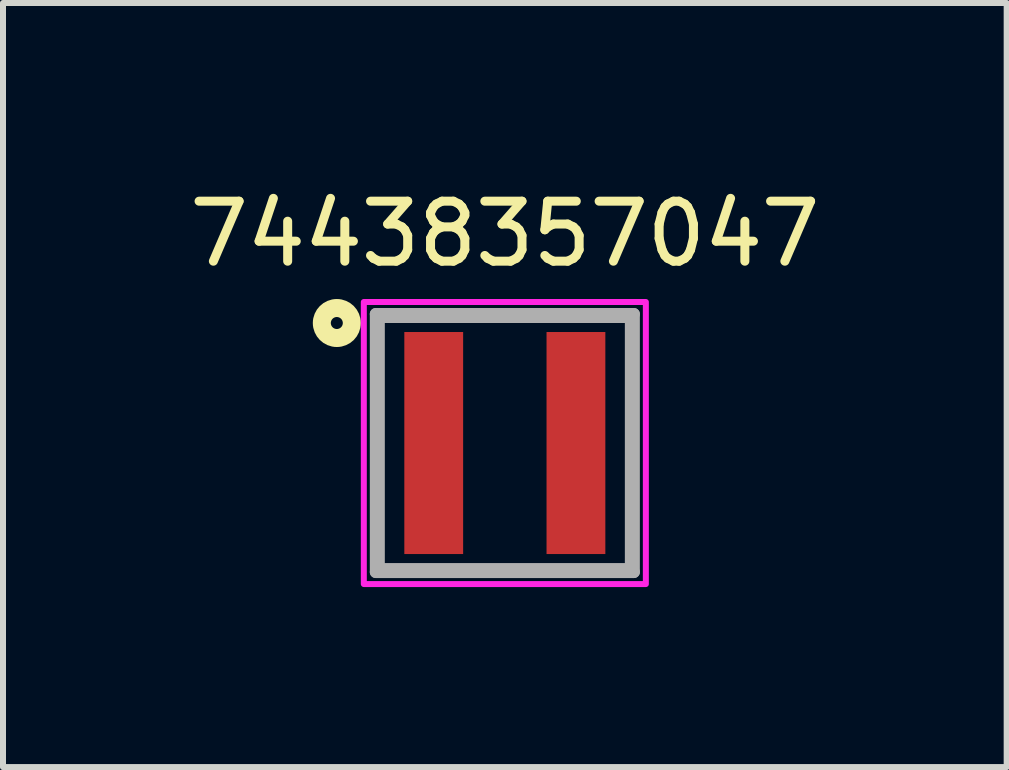
<source format=kicad_pcb>
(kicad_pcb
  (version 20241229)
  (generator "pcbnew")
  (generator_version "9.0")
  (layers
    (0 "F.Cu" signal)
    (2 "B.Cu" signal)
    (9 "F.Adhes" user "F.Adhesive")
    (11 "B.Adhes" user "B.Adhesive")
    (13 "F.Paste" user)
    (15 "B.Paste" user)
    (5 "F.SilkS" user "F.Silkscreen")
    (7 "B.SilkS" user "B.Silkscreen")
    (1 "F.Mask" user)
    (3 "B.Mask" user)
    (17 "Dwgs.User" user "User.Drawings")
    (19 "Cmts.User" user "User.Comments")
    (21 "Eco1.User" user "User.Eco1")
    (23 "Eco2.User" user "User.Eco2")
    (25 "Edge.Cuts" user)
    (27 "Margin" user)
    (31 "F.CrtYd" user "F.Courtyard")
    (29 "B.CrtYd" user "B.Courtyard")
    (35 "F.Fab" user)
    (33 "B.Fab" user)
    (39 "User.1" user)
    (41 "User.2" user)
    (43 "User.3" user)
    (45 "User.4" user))
  (footprint "74438357047"
    (layer "F.Cu")
    (at 5.363 4.333)
    (property "Reference" "74438357047" (at 0 -3.485 0) (layer "F.SilkS") (effects (font (size 1 1) (thickness 0.15))))
    (attr smd)
    (fp_circle (center -2.8 -2) (end -2.7 -2) (stroke (width 0.3) (type solid)) (fill no) (layer "F.SilkS"))
    (fp_poly (pts (xy -2.35 -2.35) (xy 2.35 -2.35) (xy 2.35 2.35) (xy -2.35 2.35)) (stroke (width 0.1) (type solid)) (fill no) (layer "F.CrtYd"))
    (fp_line (start -2.15 -2.15) (end 2.15 -2.15) (stroke (width 0.2) (type solid)) (layer "F.Fab"))
    (fp_line (start -2.15 2.15) (end -2.15 -2.15) (stroke (width 0.2) (type solid)) (layer "F.Fab"))
    (fp_line (start -2.05 -2.05) (end 2.05 -2.05) (stroke (width 0.1) (type solid)) (layer "F.Fab"))
    (fp_line (start -2.05 2.05) (end -2.05 -2.05) (stroke (width 0.1) (type solid)) (layer "F.Fab"))
    (fp_line (start 2.05 -2.05) (end 2.05 2.05) (stroke (width 0.1) (type solid)) (layer "F.Fab"))
    (fp_line (start 2.05 2.05) (end -2.05 2.05) (stroke (width 0.1) (type solid)) (layer "F.Fab"))
    (fp_line (start 2.15 -2.15) (end 2.15 2.15) (stroke (width 0.2) (type solid)) (layer "F.Fab"))
    (fp_line (start 2.15 2.15) (end -2.15 2.15) (stroke (width 0.2) (type solid)) (layer "F.Fab"))
    (pad "1" smd rect (at -1.185 0) (size 0.98 3.7) (layers "F.Cu" "F.Mask" "F.Paste"))
    (pad "2" smd rect (at 1.185 0) (size 0.98 3.7) (layers "F.Cu" "F.Mask" "F.Paste"))
    (zone (net_name "") (layer "F.Cu") (hatch full 0.508) (connect_pads) (min_thickness 0.01) (filled_areas_thickness no) (keepout (tracks not_allowed) (vias not_allowed) (pads not_allowed) (copperpour not_allowed) (footprints allowed)) (placement (enabled no)) (fill) (polygon (pts (xy 4.668 2.483) (xy 6.058 2.483) (xy 6.058 6.183) (xy 4.668 6.183))))
    (zone (net_name "") (layers "F.Cu" "B.Cu") (hatch full 0.508) (connect_pads) (min_thickness 0.01) (filled_areas_thickness no) (keepout (tracks allowed) (vias not_allowed) (pads allowed) (copperpour allowed) (footprints allowed)) (placement (enabled no)) (fill) (polygon (pts (xy 4.668 2.483) (xy 6.058 2.483) (xy 6.058 6.183) (xy 4.668 6.183)))))
  (gr_rect
    (start -3 -3)
    (end 13.726 9.733)
    (stroke (width 0.1) (type default))
    (fill no)
    (layer "Edge.Cuts")))
</source>
